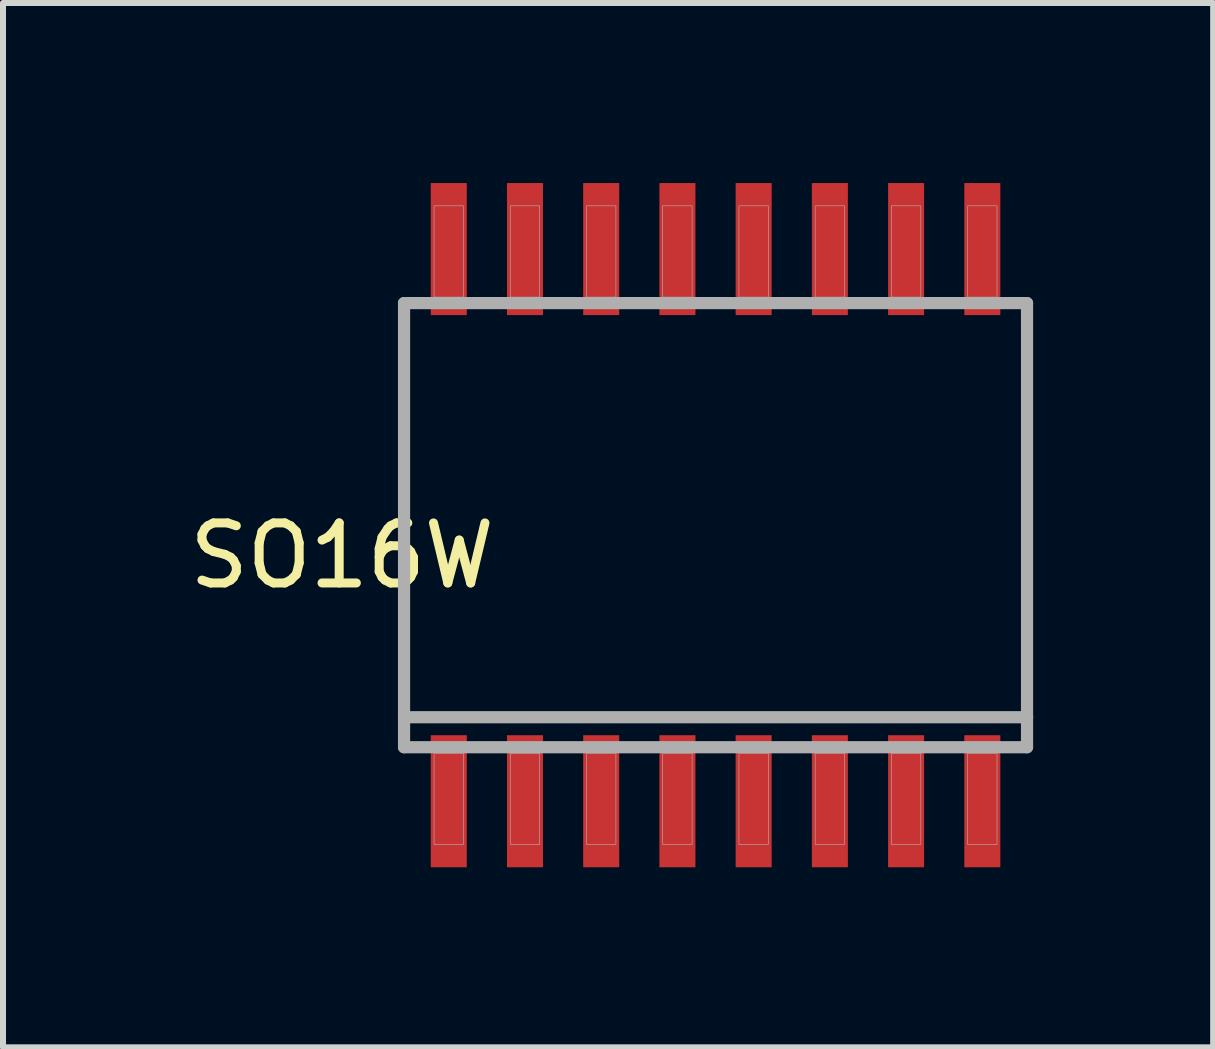
<source format=kicad_pcb>
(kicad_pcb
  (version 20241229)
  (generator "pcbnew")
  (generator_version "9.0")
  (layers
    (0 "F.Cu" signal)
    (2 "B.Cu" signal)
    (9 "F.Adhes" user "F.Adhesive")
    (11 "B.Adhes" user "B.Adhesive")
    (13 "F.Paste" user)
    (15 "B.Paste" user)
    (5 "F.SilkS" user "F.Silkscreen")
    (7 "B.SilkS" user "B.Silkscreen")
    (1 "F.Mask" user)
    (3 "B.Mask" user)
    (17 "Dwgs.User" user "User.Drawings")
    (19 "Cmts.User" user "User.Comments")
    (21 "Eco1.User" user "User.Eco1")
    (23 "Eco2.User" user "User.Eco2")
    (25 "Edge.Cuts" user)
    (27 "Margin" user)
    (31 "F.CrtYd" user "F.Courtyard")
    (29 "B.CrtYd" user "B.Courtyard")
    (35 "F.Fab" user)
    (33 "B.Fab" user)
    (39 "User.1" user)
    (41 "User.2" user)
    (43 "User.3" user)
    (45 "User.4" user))
  (footprint "SO16W"
    (layer "F.Cu")
    (at 8.872 5.7)
    (property "Reference" "SO16W" (at -6.223 0.508 180) (layer "F.SilkS") (effects (font (size 1 1) (thickness 0.15))))
    (attr through_hole)
    (fp_line (start -5.19 -3.7) (end 5.19 -3.7) (stroke (width 0.203) (type solid)) (layer "F.Fab"))
    (fp_line (start -5.19 3.2) (end -5.19 -3.7) (stroke (width 0.203) (type solid)) (layer "F.Fab"))
    (fp_line (start -5.19 3.7) (end -5.19 3.2) (stroke (width 0.203) (type solid)) (layer "F.Fab"))
    (fp_line (start 5.19 -3.7) (end 5.19 3.2) (stroke (width 0.203) (type solid)) (layer "F.Fab"))
    (fp_line (start 5.19 3.2) (end -5.19 3.2) (stroke (width 0.203) (type solid)) (layer "F.Fab"))
    (fp_line (start 5.19 3.2) (end 5.19 3.7) (stroke (width 0.203) (type solid)) (layer "F.Fab"))
    (fp_line (start 5.19 3.7) (end -5.19 3.7) (stroke (width 0.203) (type solid)) (layer "F.Fab"))
    (fp_poly (pts (xy -4.69 -5.32) (xy -4.2 -5.32) (xy -4.2 -3.8) (xy -4.69 -3.8)) (stroke (width 0.01) (type solid)) (fill no) (layer "F.Fab"))
    (fp_poly (pts (xy -4.69 3.8) (xy -4.2 3.8) (xy -4.2 5.32) (xy -4.69 5.32)) (stroke (width 0.01) (type solid)) (fill no) (layer "F.Fab"))
    (fp_poly (pts (xy -3.42 -5.32) (xy -2.93 -5.32) (xy -2.93 -3.8) (xy -3.42 -3.8)) (stroke (width 0.01) (type solid)) (fill no) (layer "F.Fab"))
    (fp_poly (pts (xy -3.42 3.8) (xy -2.93 3.8) (xy -2.93 5.32) (xy -3.42 5.32)) (stroke (width 0.01) (type solid)) (fill no) (layer "F.Fab"))
    (fp_poly (pts (xy -2.15 -5.32) (xy -1.66 -5.32) (xy -1.66 -3.8) (xy -2.15 -3.8)) (stroke (width 0.01) (type solid)) (fill no) (layer "F.Fab"))
    (fp_poly (pts (xy -2.15 3.8) (xy -1.66 3.8) (xy -1.66 5.32) (xy -2.15 5.32)) (stroke (width 0.01) (type solid)) (fill no) (layer "F.Fab"))
    (fp_poly (pts (xy -0.88 -5.32) (xy -0.39 -5.32) (xy -0.39 -3.8) (xy -0.88 -3.8)) (stroke (width 0.01) (type solid)) (fill no) (layer "F.Fab"))
    (fp_poly (pts (xy -0.88 3.8) (xy -0.39 3.8) (xy -0.39 5.32) (xy -0.88 5.32)) (stroke (width 0.01) (type solid)) (fill no) (layer "F.Fab"))
    (fp_poly (pts (xy 0.39 -5.32) (xy 0.88 -5.32) (xy 0.88 -3.8) (xy 0.39 -3.8)) (stroke (width 0.01) (type solid)) (fill no) (layer "F.Fab"))
    (fp_poly (pts (xy 0.39 3.8) (xy 0.88 3.8) (xy 0.88 5.32) (xy 0.39 5.32)) (stroke (width 0.01) (type solid)) (fill no) (layer "F.Fab"))
    (fp_poly (pts (xy 1.66 -5.32) (xy 2.15 -5.32) (xy 2.15 -3.8) (xy 1.66 -3.8)) (stroke (width 0.01) (type solid)) (fill no) (layer "F.Fab"))
    (fp_poly (pts (xy 1.66 3.8) (xy 2.15 3.8) (xy 2.15 5.32) (xy 1.66 5.32)) (stroke (width 0.01) (type solid)) (fill no) (layer "F.Fab"))
    (fp_poly (pts (xy 2.93 -5.32) (xy 3.42 -5.32) (xy 3.42 -3.8) (xy 2.93 -3.8)) (stroke (width 0.01) (type solid)) (fill no) (layer "F.Fab"))
    (fp_poly (pts (xy 2.93 3.8) (xy 3.42 3.8) (xy 3.42 5.32) (xy 2.93 5.32)) (stroke (width 0.01) (type solid)) (fill no) (layer "F.Fab"))
    (fp_poly (pts (xy 4.2 -5.32) (xy 4.69 -5.32) (xy 4.69 -3.8) (xy 4.2 -3.8)) (stroke (width 0.01) (type solid)) (fill no) (layer "F.Fab"))
    (fp_poly (pts (xy 4.2 3.8) (xy 4.69 3.8) (xy 4.69 5.32) (xy 4.2 5.32)) (stroke (width 0.01) (type solid)) (fill no) (layer "F.Fab"))
    (pad "1" smd rect (at -4.445 4.6) (size 0.6 2.2) (layers "F.Cu" "F.Mask" "F.Paste"))
    (pad "2" smd rect (at -3.175 4.6) (size 0.6 2.2) (layers "F.Cu" "F.Mask" "F.Paste"))
    (pad "3" smd rect (at -1.905 4.6) (size 0.6 2.2) (layers "F.Cu" "F.Mask" "F.Paste"))
    (pad "4" smd rect (at -0.635 4.6) (size 0.6 2.2) (layers "F.Cu" "F.Mask" "F.Paste"))
    (pad "5" smd rect (at 0.635 4.6) (size 0.6 2.2) (layers "F.Cu" "F.Mask" "F.Paste"))
    (pad "6" smd rect (at 1.905 4.6) (size 0.6 2.2) (layers "F.Cu" "F.Mask" "F.Paste"))
    (pad "7" smd rect (at 3.175 4.6) (size 0.6 2.2) (layers "F.Cu" "F.Mask" "F.Paste"))
    (pad "8" smd rect (at 4.445 4.6) (size 0.6 2.2) (layers "F.Cu" "F.Mask" "F.Paste"))
    (pad "9" smd rect (at 4.445 -4.6) (size 0.6 2.2) (layers "F.Cu" "F.Mask" "F.Paste"))
    (pad "10" smd rect (at 3.175 -4.6) (size 0.6 2.2) (layers "F.Cu" "F.Mask" "F.Paste"))
    (pad "11" smd rect (at 1.905 -4.6) (size 0.6 2.2) (layers "F.Cu" "F.Mask" "F.Paste"))
    (pad "12" smd rect (at 0.635 -4.6) (size 0.6 2.2) (layers "F.Cu" "F.Mask" "F.Paste"))
    (pad "13" smd rect (at -0.635 -4.6) (size 0.6 2.2) (layers "F.Cu" "F.Mask" "F.Paste"))
    (pad "14" smd rect (at -1.905 -4.6) (size 0.6 2.2) (layers "F.Cu" "F.Mask" "F.Paste"))
    (pad "15" smd rect (at -3.175 -4.6) (size 0.6 2.2) (layers "F.Cu" "F.Mask" "F.Paste"))
    (pad "16" smd rect (at -4.445 -4.6) (size 0.6 2.2) (layers "F.Cu" "F.Mask" "F.Paste")))
  (gr_rect
    (start -3 -3)
    (end 17.163 14.4)
    (stroke (width 0.1) (type default))
    (fill no)
    (layer "Edge.Cuts")))
</source>
